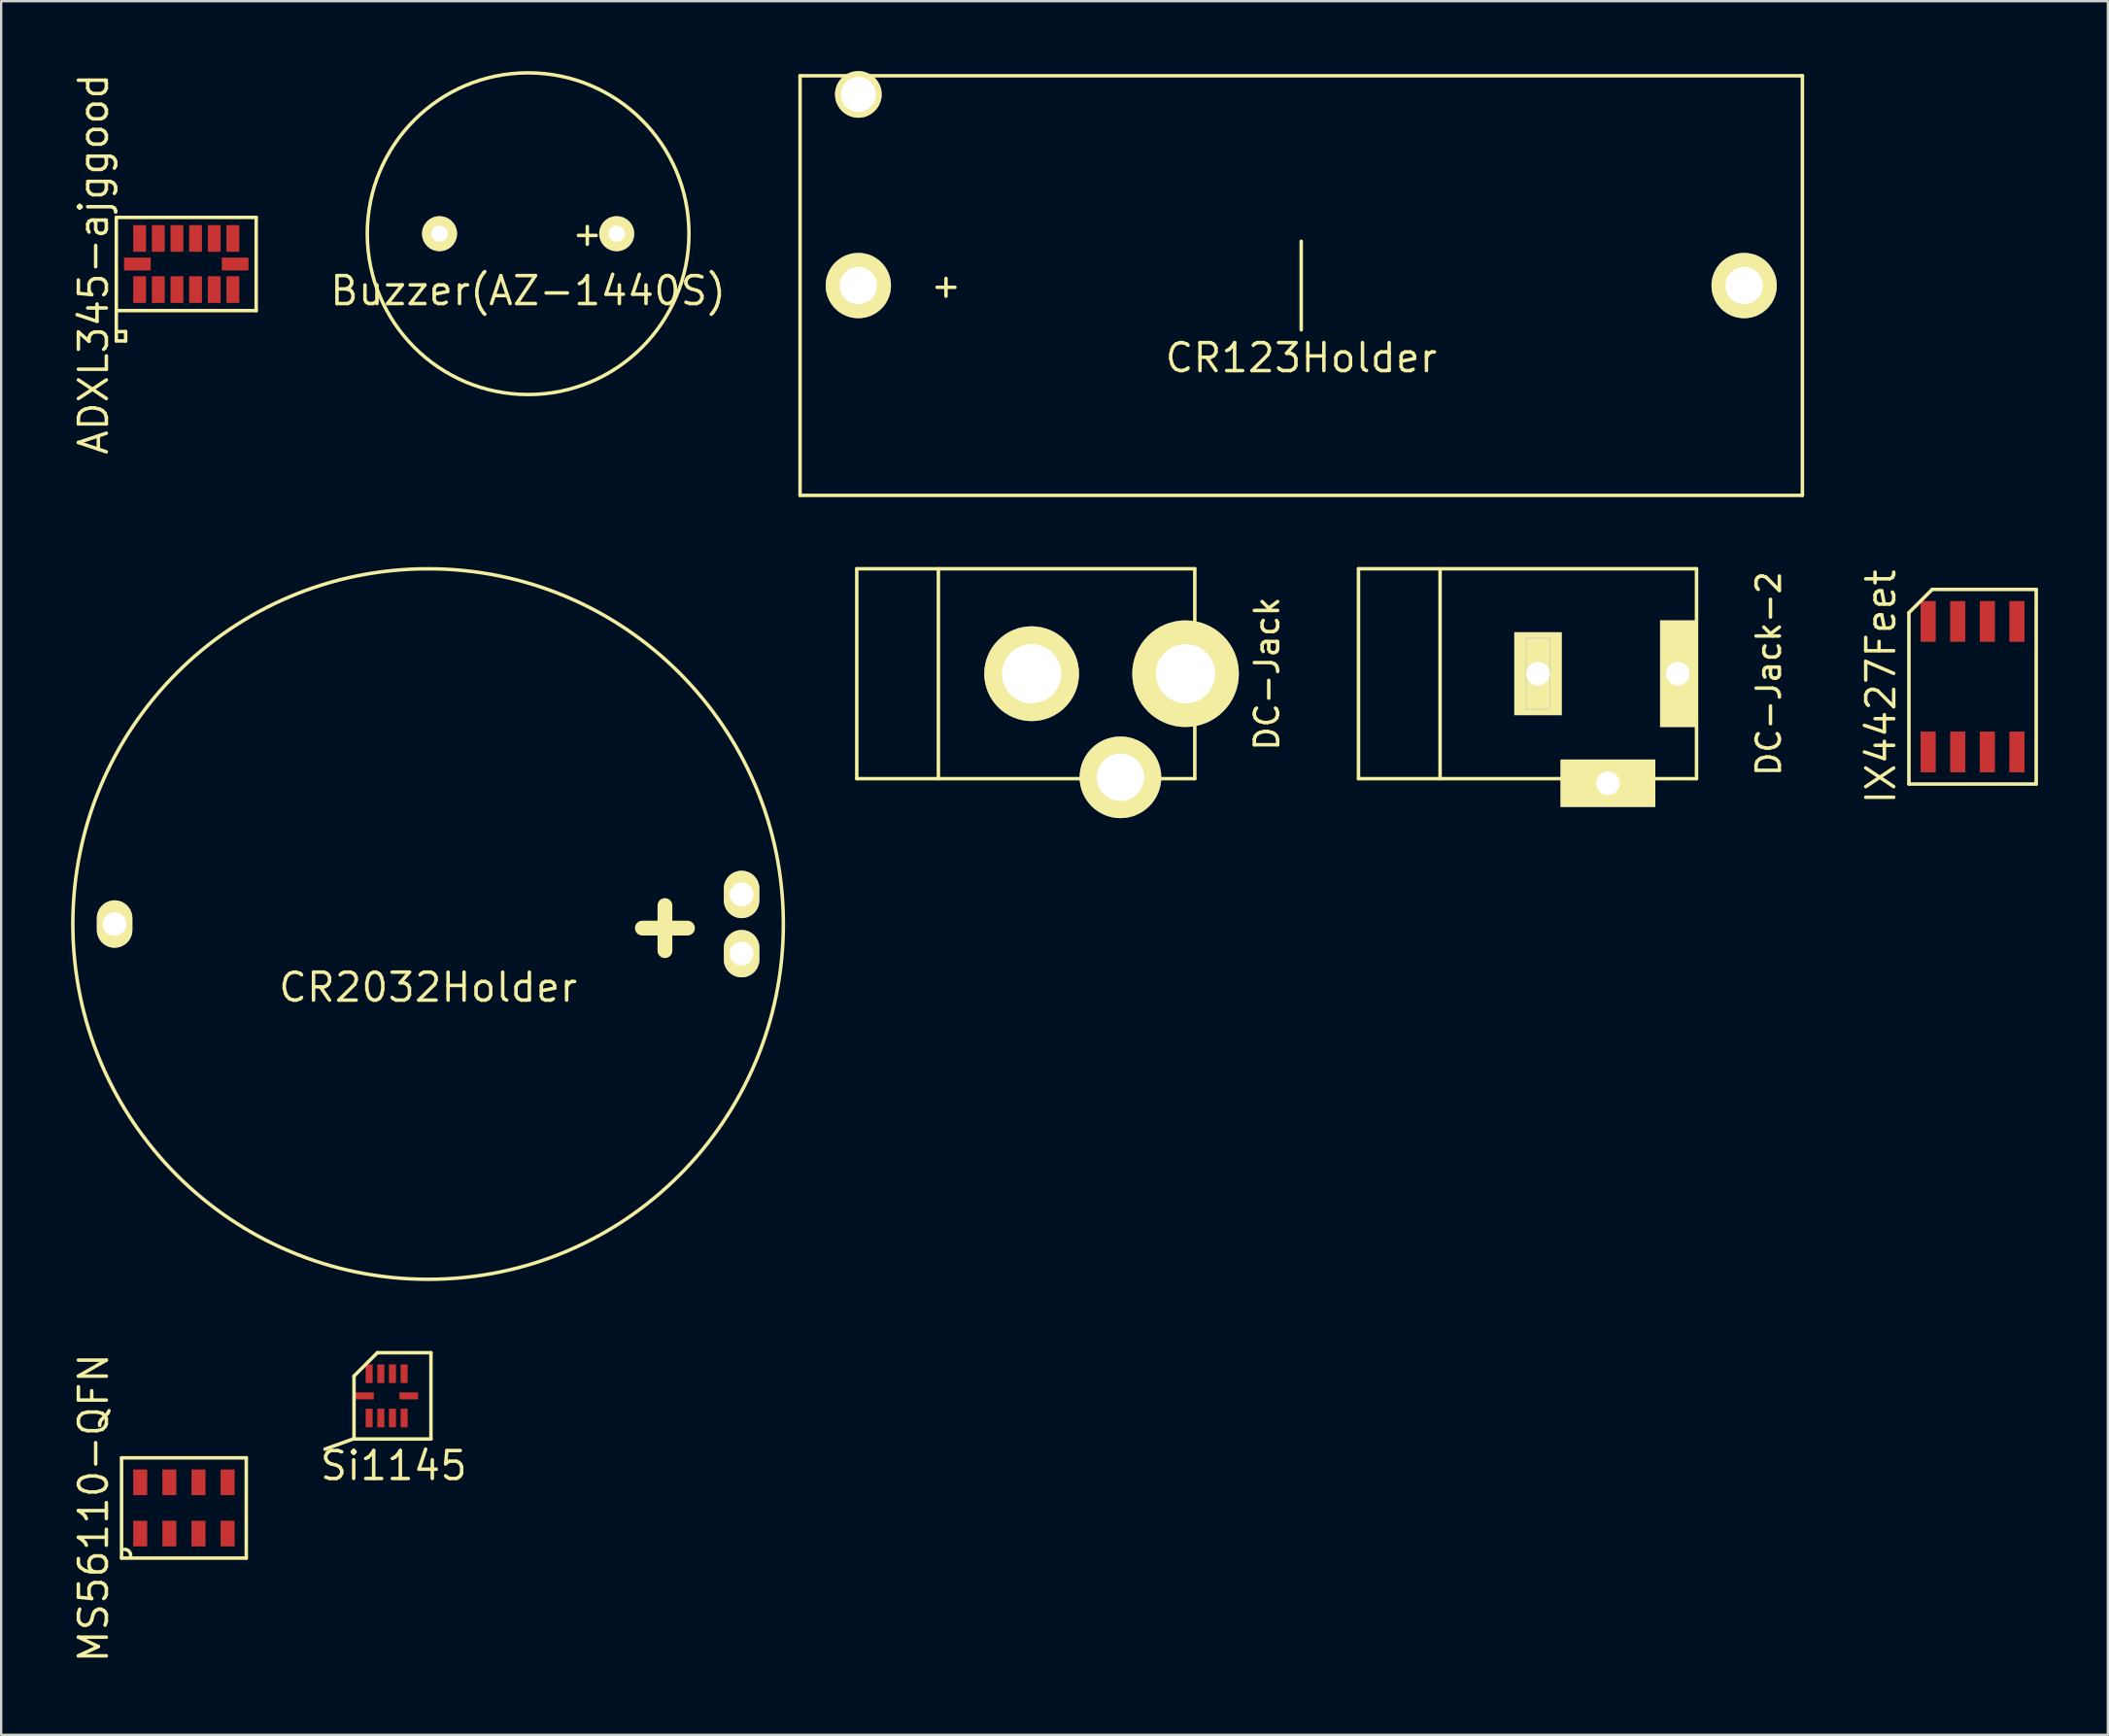
<source format=kicad_pcb>
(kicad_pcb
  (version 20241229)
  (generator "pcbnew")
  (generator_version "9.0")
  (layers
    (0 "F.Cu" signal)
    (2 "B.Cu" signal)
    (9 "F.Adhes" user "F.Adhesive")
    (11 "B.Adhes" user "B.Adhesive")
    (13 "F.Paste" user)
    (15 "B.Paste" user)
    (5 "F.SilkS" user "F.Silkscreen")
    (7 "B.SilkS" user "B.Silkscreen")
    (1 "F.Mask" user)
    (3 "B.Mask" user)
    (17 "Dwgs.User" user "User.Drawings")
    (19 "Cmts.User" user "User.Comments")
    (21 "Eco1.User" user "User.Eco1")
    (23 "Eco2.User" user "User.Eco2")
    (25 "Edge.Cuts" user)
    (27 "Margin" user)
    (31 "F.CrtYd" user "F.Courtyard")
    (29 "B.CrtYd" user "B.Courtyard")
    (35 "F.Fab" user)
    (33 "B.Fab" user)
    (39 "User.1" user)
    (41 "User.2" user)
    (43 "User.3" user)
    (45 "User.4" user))
  (footprint "CR2032Holder"
    (layer "F.Cu")
    (at 15.315 36.59)
    (property "Reference" "CR2032Holder" (at 0 2.716 0) (layer "F.SilkS") (effects (font (size 1.2 1.2) (thickness 0.15))))
    (attr through_hole)
    (fp_circle (center 0 0) (end 0 -15.24) (stroke (width 0.15) (type solid)) (fill no) (layer "F.SilkS"))
    (fp_text user "+" (at 10.16 0 0) (layer "F.SilkS") (effects (font (size 2.54 2.54) (thickness 0.635))))
    (pad "1" thru_hole oval (at -13.449 0) (size 1.524 2.032) (drill 1.016) (layers "*.Cu" "*.Mask" "F.SilkS"))
    (pad "2" thru_hole oval (at 13.449 -1.27) (size 1.524 2.032) (drill 1.016) (layers "*.Cu" "*.Mask" "F.SilkS"))
    (pad "2" thru_hole oval (at 13.449 1.27) (size 1.524 2.032) (drill 1.016) (layers "*.Cu" "*.Mask" "F.SilkS")))
  (footprint "Buzzer(AZ-1440S)"
    (layer "F.Cu")
    (at 19.606 6.975)
    (property "Reference" "Buzzer(AZ-1440S)" (at 0 2.45 0) (layer "F.SilkS") (effects (font (size 1.2 1.2) (thickness 0.15))))
    (attr through_hole)
    (fp_circle (center 0 0) (end 0 -6.9) (stroke (width 0.15) (type solid)) (fill no) (layer "F.SilkS"))
    (fp_text user "+" (at 2.54 0 0) (layer "F.SilkS") (effects (font (size 1 1) (thickness 0.15))))
    (pad "1" thru_hole circle (at -3.8 0) (size 1.5 1.5) (drill 0.7) (layers "*.Cu" "*.Mask" "F.SilkS"))
    (pad "2" thru_hole circle (at 3.8 0) (size 1.5 1.5) (drill 0.7) (layers "*.Cu" "*.Mask" "F.SilkS")))
  (footprint "Si1145"
    (layer "F.Cu")
    (at 13.787 56.83)
    (property "Reference" "Si1145" (at 0.051 2.997 180) (layer "F.SilkS") (effects (font (size 1.2 1.2) (thickness 0.15))))
    (attr through_hole)
    (fp_line (start -1.65 -0.85) (end -1.65 1.85) (stroke (width 0.15) (type solid)) (layer "F.SilkS"))
    (fp_line (start -1.65 1.85) (end 1.65 1.85) (stroke (width 0.15) (type solid)) (layer "F.SilkS"))
    (fp_line (start -1.626 1.829) (end -2.896 2.286) (stroke (width 0.15) (type solid)) (layer "F.SilkS"))
    (fp_line (start -0.65 -1.85) (end -1.65 -0.85) (stroke (width 0.15) (type solid)) (layer "F.SilkS"))
    (fp_line (start 1.65 -1.85) (end -0.65 -1.85) (stroke (width 0.15) (type solid)) (layer "F.SilkS"))
    (fp_line (start 1.65 1.85) (end 1.65 -1.85) (stroke (width 0.15) (type solid)) (layer "F.SilkS"))
    (pad "1" smd rect (at -1 0.95) (size 0.3 0.8) (layers "F.Cu" "F.Mask" "F.Paste"))
    (pad "2" smd rect (at -0.5 0.95) (size 0.3 0.8) (layers "F.Cu" "F.Mask" "F.Paste"))
    (pad "3" smd rect (at 0 0.95) (size 0.3 0.8) (layers "F.Cu" "F.Mask" "F.Paste"))
    (pad "4" smd rect (at 0.5 0.95) (size 0.3 0.8) (layers "F.Cu" "F.Mask" "F.Paste"))
    (pad "5" smd rect (at 0.7 0) (size 0.8 0.3) (layers "F.Cu" "F.Mask" "F.Paste"))
    (pad "6" smd rect (at 0.5 -0.95) (size 0.3 0.8) (layers "F.Cu" "F.Mask" "F.Paste"))
    (pad "7" smd rect (at 0 -0.95) (size 0.3 0.8) (layers "F.Cu" "F.Mask" "F.Paste"))
    (pad "8" smd rect (at -0.5 -0.95) (size 0.3 0.8) (layers "F.Cu" "F.Mask" "F.Paste"))
    (pad "9" smd rect (at -1 -0.95) (size 0.3 0.8) (layers "F.Cu" "F.Mask" "F.Paste"))
    (pad "10" smd rect (at -1.2 0) (size 0.8 0.3) (layers "F.Cu" "F.Mask" "F.Paste")))
  (footprint "ADXL345-ajggood"
    (layer "F.Cu")
    (at 4.94 8.276)
    (property "Reference" "ADXL345-ajggood" (at -3.975 0 90) (layer "F.SilkS") (effects (font (size 1.2 1.2) (thickness 0.15))))
    (attr through_hole)
    (fp_line (start -3 -2) (end -3 2) (stroke (width 0.15) (type solid)) (layer "F.SilkS"))
    (fp_line (start -3 2) (end -3 3.3) (stroke (width 0.15) (type solid)) (layer "F.SilkS"))
    (fp_line (start -3 2) (end 3 2) (stroke (width 0.15) (type solid)) (layer "F.SilkS"))
    (fp_line (start -3 3.3) (end -2.6 3.3) (stroke (width 0.15) (type solid)) (layer "F.SilkS"))
    (fp_line (start -2.6 2.9) (end -3 2.9) (stroke (width 0.15) (type solid)) (layer "F.SilkS"))
    (fp_line (start -2.6 3.3) (end -2.6 2.9) (stroke (width 0.15) (type solid)) (layer "F.SilkS"))
    (fp_line (start 3 -2) (end -3 -2) (stroke (width 0.15) (type solid)) (layer "F.SilkS"))
    (fp_line (start 3 2) (end 3 -2) (stroke (width 0.15) (type solid)) (layer "F.SilkS"))
    (pad "1" smd rect (at -2 1.097) (size 0.55 1.145) (layers "F.Cu" "F.Mask" "F.Paste"))
    (pad "2" smd rect (at -1.2 1.097) (size 0.55 1.145) (layers "F.Cu" "F.Mask" "F.Paste"))
    (pad "3" smd rect (at -0.4 1.097) (size 0.55 1.145) (layers "F.Cu" "F.Mask" "F.Paste"))
    (pad "4" smd rect (at 0.4 1.097) (size 0.55 1.145) (layers "F.Cu" "F.Mask" "F.Paste"))
    (pad "5" smd rect (at 1.2 1.097) (size 0.55 1.145) (layers "F.Cu" "F.Mask" "F.Paste"))
    (pad "6" smd rect (at 2 1.097) (size 0.55 1.145) (layers "F.Cu" "F.Mask" "F.Paste"))
    (pad "7" smd rect (at 2.098 0) (size 1.145 0.55) (layers "F.Cu" "F.Mask" "F.Paste"))
    (pad "8" smd rect (at 2 -1.097) (size 0.55 1.145) (layers "F.Cu" "F.Mask" "F.Paste"))
    (pad "9" smd rect (at 1.2 -1.097) (size 0.55 1.145) (layers "F.Cu" "F.Mask" "F.Paste"))
    (pad "10" smd rect (at 0.4 -1.097) (size 0.55 1.145) (layers "F.Cu" "F.Mask" "F.Paste"))
    (pad "11" smd rect (at -0.4 -1.097) (size 0.55 1.145) (layers "F.Cu" "F.Mask" "F.Paste"))
    (pad "12" smd rect (at -1.2 -1.097) (size 0.55 1.145) (layers "F.Cu" "F.Mask" "F.Paste"))
    (pad "13" smd rect (at -2 -1.097) (size 0.55 1.145) (layers "F.Cu" "F.Mask" "F.Paste"))
    (pad "14" smd rect (at -2.098 0) (size 1.145 0.55) (layers "F.Cu" "F.Mask" "F.Paste")))
  (footprint "DC-Jack"
    (layer "F.Cu")
    (at 41.206 25.851)
    (property "Reference" "DC-Jack" (at 10.099 0 90) (layer "F.SilkS") (effects (font (size 1 1) (thickness 0.15))))
    (attr through_hole)
    (fp_line (start -7.501 -4.501) (end -7.501 4.501) (stroke (width 0.15) (type solid)) (layer "F.SilkS"))
    (fp_line (start -7.501 4.501) (end 7 4.501) (stroke (width 0.15) (type solid)) (layer "F.SilkS"))
    (fp_line (start -4 -4.501) (end -4 4.501) (stroke (width 0.15) (type solid)) (layer "F.SilkS"))
    (fp_line (start 7 -4.501) (end -7.501 -4.501) (stroke (width 0.15) (type solid)) (layer "F.SilkS"))
    (fp_line (start 7 4.501) (end 7 -4.501) (stroke (width 0.15) (type solid)) (layer "F.SilkS"))
    (pad "1" thru_hole oval (at 6.604 0) (size 4.572 4.572) (drill 2.54) (layers "*.Cu" "*.Mask" "F.SilkS"))
    (pad "2" thru_hole oval (at 0 0) (size 4.064 4.064) (drill 2.54) (layers "*.Cu" "*.Mask" "F.SilkS"))
    (pad "3" thru_hole oval (at 3.81 4.445) (size 3.5 3.5) (drill 2.032) (layers "*.Cu" "*.Mask" "F.SilkS")))
  (footprint "IX4427Feet"
    (layer "F.Cu")
    (at 81.571 26.409)
    (property "Reference" "IX4427Feet" (at -3.93 0 90) (layer "F.SilkS") (effects (font (size 1.2 1.2) (thickness 0.15))))
    (attr through_hole)
    (fp_line (start -2.73 -3.175) (end -2.73 4.175) (stroke (width 0.15) (type solid)) (layer "F.SilkS"))
    (fp_line (start -2.73 4.175) (end 2.73 4.175) (stroke (width 0.15) (type solid)) (layer "F.SilkS"))
    (fp_line (start -1.73 -4.175) (end -2.73 -3.175) (stroke (width 0.15) (type solid)) (layer "F.SilkS"))
    (fp_line (start 2.73 -4.175) (end -1.73 -4.175) (stroke (width 0.15) (type solid)) (layer "F.SilkS"))
    (fp_line (start 2.73 4.175) (end 2.73 -4.175) (stroke (width 0.15) (type solid)) (layer "F.SilkS"))
    (pad "1" smd rect (at -1.905 2.8) (size 0.65 1.75) (layers "F.Cu" "F.Mask" "F.Paste"))
    (pad "2" smd rect (at -0.635 2.8) (size 0.65 1.75) (layers "F.Cu" "F.Mask" "F.Paste"))
    (pad "3" smd rect (at 0.635 2.8) (size 0.65 1.75) (layers "F.Cu" "F.Mask" "F.Paste"))
    (pad "4" smd rect (at 1.905 2.8) (size 0.65 1.75) (layers "F.Cu" "F.Mask" "F.Paste"))
    (pad "5" smd rect (at 1.905 -2.8) (size 0.65 1.75) (layers "F.Cu" "F.Mask" "F.Paste"))
    (pad "6" smd rect (at 0.635 -2.8) (size 0.65 1.75) (layers "F.Cu" "F.Mask" "F.Paste"))
    (pad "7" smd rect (at -0.635 -2.8) (size 0.65 1.75) (layers "F.Cu" "F.Mask" "F.Paste"))
    (pad "8" smd rect (at -1.905 -2.8) (size 0.65 1.75) (layers "F.Cu" "F.Mask" "F.Paste")))
  (footprint "DC-Jack-2"
    (layer "F.Cu")
    (at 62.729 25.851)
    (property "Reference" "DC-Jack-2" (at 10.099 0 90) (layer "F.SilkS") (effects (font (size 1 1) (thickness 0.15))))
    (attr through_hole)
    (fp_line (start -7.501 -4.501) (end -7.501 4.501) (stroke (width 0.15) (type solid)) (layer "F.SilkS"))
    (fp_line (start -7.501 4.501) (end 7 4.501) (stroke (width 0.15) (type solid)) (layer "F.SilkS"))
    (fp_line (start -4 -4.501) (end -4 4.501) (stroke (width 0.15) (type solid)) (layer "F.SilkS"))
    (fp_line (start 7 -4.501) (end -7.501 -4.501) (stroke (width 0.15) (type solid)) (layer "F.SilkS"))
    (fp_line (start 7 4.501) (end 7 -4.501) (stroke (width 0.15) (type solid)) (layer "F.SilkS"))
    (fp_line (start -0.307 -1.524) (end 0.709 -1.524) (stroke (width 0.025) (type solid)) (layer "Dwgs.User"))
    (fp_line (start -0.307 1.524) (end -0.307 -1.524) (stroke (width 0.025) (type solid)) (layer "Dwgs.User"))
    (fp_line (start 0.709 -1.524) (end 0.709 1.524) (stroke (width 0.025) (type solid)) (layer "Dwgs.User"))
    (fp_line (start 0.709 1.524) (end -0.307 1.524) (stroke (width 0.025) (type solid)) (layer "Dwgs.User"))
    (pad "1" thru_hole rect (at 6.2 0) (size 1.524 4.572) (drill 1.016) (layers "*.Cu" "*.Mask" "F.SilkS"))
    (pad "2" thru_hole rect (at 0.201 0) (size 2.032 3.556) (drill 1.016) (layers "*.Cu" "*.Mask" "F.SilkS"))
    (pad "3" thru_hole rect (at 3.2 4.699) (size 4.064 2.032) (drill 1.016) (layers "*.Cu" "*.Mask" "F.SilkS")))
  (footprint "MS56110-QFN"
    (layer "F.Cu")
    (at 4.84 61.639)
    (property "Reference" "MS56110-QFN" (at -3.875 0 90) (layer "F.SilkS") (effects (font (size 1.2 1.2) (thickness 0.15))))
    (attr through_hole)
    (fp_line (start -2.675 -2.15) (end -2.675 2.15) (stroke (width 0.15) (type solid)) (layer "F.SilkS"))
    (fp_line (start -2.675 2.15) (end 2.675 2.15) (stroke (width 0.15) (type solid)) (layer "F.SilkS"))
    (fp_line (start 2.675 -2.15) (end -2.675 -2.15) (stroke (width 0.15) (type solid)) (layer "F.SilkS"))
    (fp_line (start 2.675 2.15) (end 2.675 -2.15) (stroke (width 0.15) (type solid)) (layer "F.SilkS"))
    (fp_arc (start -2.54 1.778) (mid -2.360395 1.852395) (end -2.286 2.032) (stroke (width 0.15) (type solid)) (layer "F.SilkS"))
    (pad "1" smd rect (at -1.875 1.1) (size 0.6 1.1) (layers "F.Cu" "F.Mask" "F.Paste"))
    (pad "2" smd rect (at -0.625 1.1) (size 0.6 1.1) (layers "F.Cu" "F.Mask" "F.Paste"))
    (pad "3" smd rect (at 0.625 1.1) (size 0.6 1.1) (layers "F.Cu" "F.Mask" "F.Paste"))
    (pad "4" smd rect (at 1.875 1.1) (size 0.6 1.1) (layers "F.Cu" "F.Mask" "F.Paste"))
    (pad "5" smd rect (at 1.875 -1.1) (size 0.6 1.1) (layers "F.Cu" "F.Mask" "F.Paste"))
    (pad "6" smd rect (at 0.625 -1.1) (size 0.6 1.1) (layers "F.Cu" "F.Mask" "F.Paste"))
    (pad "7" smd rect (at -0.625 -1.1) (size 0.6 1.1) (layers "F.Cu" "F.Mask" "F.Paste"))
    (pad "8" smd rect (at -1.875 -1.1) (size 0.6 1.1) (layers "F.Cu" "F.Mask" "F.Paste")))
  (footprint "CR123Holder"
    (layer "F.Cu")
    (at 52.772 9.2)
    (property "Reference" "CR123Holder" (at 0 3.1 0) (layer "F.SilkS") (effects (font (size 1.2 1.2) (thickness 0.15))))
    (attr through_hole)
    (fp_line (start -21.5 -9) (end 21.5 -9) (stroke (width 0.15) (type solid)) (layer "F.SilkS"))
    (fp_line (start -21.5 9) (end -21.5 -9) (stroke (width 0.15) (type solid)) (layer "F.SilkS"))
    (fp_line (start -21.5 9) (end 21.5 9) (stroke (width 0.15) (type solid)) (layer "F.SilkS"))
    (fp_line (start 0 -1.9) (end 0 1.9) (stroke (width 0.15) (type solid)) (layer "F.SilkS"))
    (fp_line (start 21.5 -9) (end 21.5 9) (stroke (width 0.15) (type solid)) (layer "F.SilkS"))
    (fp_text user "+" (at -15.24 0 0) (layer "F.SilkS") (effects (font (size 1 1) (thickness 0.15))))
    (pad "1" thru_hole circle (at -19 0) (size 2.8 2.8) (drill 1.6) (layers "*.Cu" "*.Mask" "F.SilkS"))
    (pad "2" thru_hole circle (at -19 -8.2) (size 2 2) (drill 1.5) (layers "*.Cu" "*.Mask" "F.SilkS"))
    (pad "2" thru_hole circle (at 19 0) (size 2.8 2.8) (drill 1.6) (layers "*.Cu" "*.Mask" "F.SilkS")))
  (gr_rect
    (start -3 -3)
    (end 87.376 71.372)
    (stroke (width 0.1) (type default))
    (fill no)
    (layer "Edge.Cuts")))
</source>
